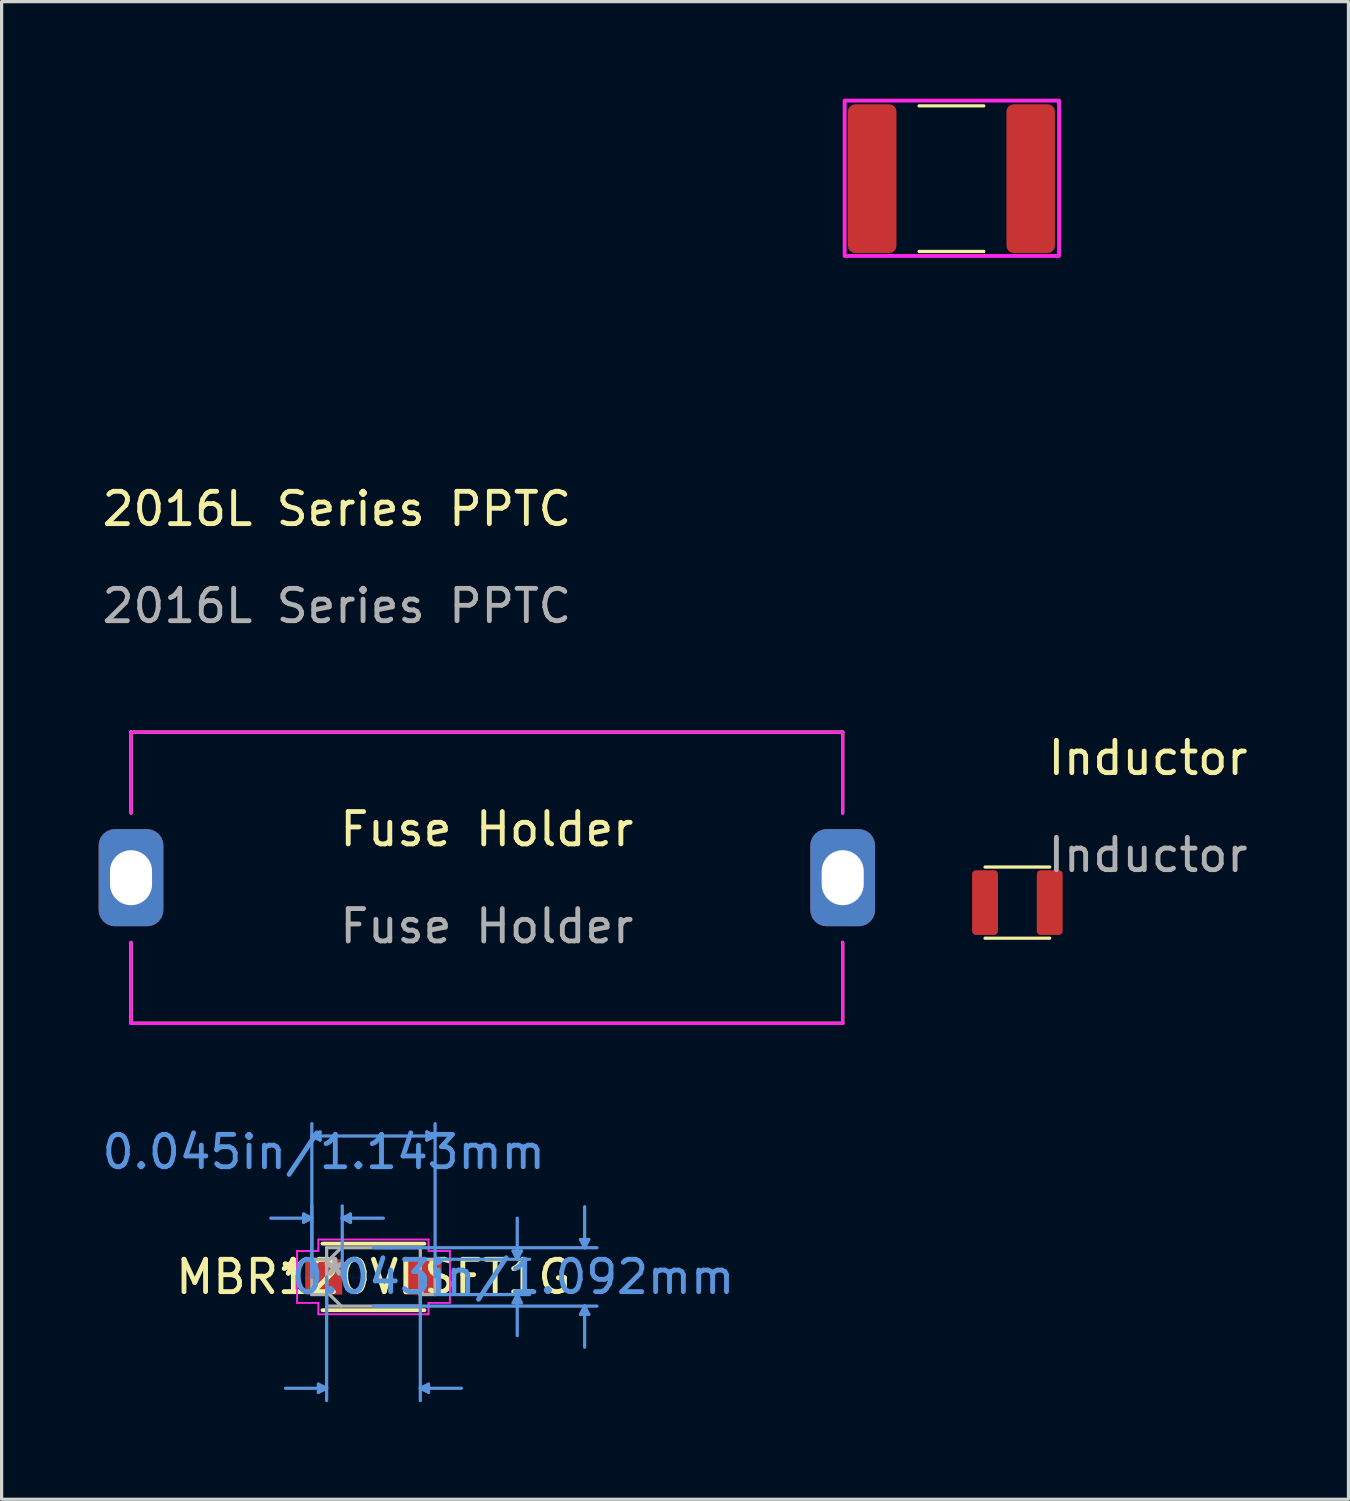
<source format=kicad_pcb>
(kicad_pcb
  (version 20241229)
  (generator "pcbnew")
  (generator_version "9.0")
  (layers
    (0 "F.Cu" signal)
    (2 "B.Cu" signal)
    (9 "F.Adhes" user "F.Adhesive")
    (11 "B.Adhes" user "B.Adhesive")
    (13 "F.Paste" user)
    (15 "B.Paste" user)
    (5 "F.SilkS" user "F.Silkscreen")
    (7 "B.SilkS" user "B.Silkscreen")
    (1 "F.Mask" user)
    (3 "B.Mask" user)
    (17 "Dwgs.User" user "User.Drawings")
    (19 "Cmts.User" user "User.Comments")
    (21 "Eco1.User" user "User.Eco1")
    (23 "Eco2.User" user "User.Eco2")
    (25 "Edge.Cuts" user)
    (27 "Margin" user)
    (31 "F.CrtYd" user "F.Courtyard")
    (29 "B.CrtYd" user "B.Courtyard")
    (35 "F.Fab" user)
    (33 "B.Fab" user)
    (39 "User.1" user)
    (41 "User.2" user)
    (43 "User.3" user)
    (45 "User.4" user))
  (footprint "MBR120VLSFT1G"
    (layer "F.Cu")
    (at 8.495 36.423)
    (property "Reference" "MBR120VLSFT1G" (at 0 0 0) (layer "F.SilkS") (effects (font (size 1 1) (thickness 0.15))))
    (attr through_hole)
    (fp_line (start -1.575 1.029) (end 1.575 1.029) (stroke (width 0.12) (type solid)) (layer "F.SilkS"))
    (fp_line (start 1.575 -1.029) (end -1.575 -1.029) (stroke (width 0.12) (type solid)) (layer "F.SilkS"))
    (fp_line (start -2.159 -1.943) (end -2.159 -1.689) (stroke (width 0.1) (type solid)) (layer "Cmts.User"))
    (fp_line (start -1.905 -4.356) (end -1.651 -4.483) (stroke (width 0.1) (type solid)) (layer "Cmts.User"))
    (fp_line (start -1.905 -4.356) (end -1.651 -4.229) (stroke (width 0.1) (type solid)) (layer "Cmts.User"))
    (fp_line (start -1.905 -4.356) (end 1.905 -4.356) (stroke (width 0.1) (type solid)) (layer "Cmts.User"))
    (fp_line (start -1.905 -1.816) (end -3.175 -1.816) (stroke (width 0.1) (type solid)) (layer "Cmts.User"))
    (fp_line (start -1.905 -1.816) (end -2.159 -1.943) (stroke (width 0.1) (type solid)) (layer "Cmts.User"))
    (fp_line (start -1.905 -1.816) (end -2.159 -1.689) (stroke (width 0.1) (type solid)) (layer "Cmts.User"))
    (fp_line (start -1.905 0) (end -1.905 -4.737) (stroke (width 0.1) (type solid)) (layer "Cmts.User"))
    (fp_line (start -1.905 0) (end -1.905 -2.197) (stroke (width 0.1) (type solid)) (layer "Cmts.User"))
    (fp_line (start -1.702 3.315) (end -1.702 3.569) (stroke (width 0.1) (type solid)) (layer "Cmts.User"))
    (fp_line (start -1.651 -4.483) (end -1.651 -4.229) (stroke (width 0.1) (type solid)) (layer "Cmts.User"))
    (fp_line (start -1.448 0) (end -1.448 3.823) (stroke (width 0.1) (type solid)) (layer "Cmts.User"))
    (fp_line (start -1.448 3.442) (end -2.718 3.442) (stroke (width 0.1) (type solid)) (layer "Cmts.User"))
    (fp_line (start -1.448 3.442) (end -1.702 3.315) (stroke (width 0.1) (type solid)) (layer "Cmts.User"))
    (fp_line (start -1.448 3.442) (end -1.702 3.569) (stroke (width 0.1) (type solid)) (layer "Cmts.User"))
    (fp_line (start -0.965 -1.816) (end -0.711 -1.943) (stroke (width 0.1) (type solid)) (layer "Cmts.User"))
    (fp_line (start -0.965 -1.816) (end -0.711 -1.689) (stroke (width 0.1) (type solid)) (layer "Cmts.User"))
    (fp_line (start -0.965 -1.816) (end 0.305 -1.816) (stroke (width 0.1) (type solid)) (layer "Cmts.User"))
    (fp_line (start -0.965 0) (end -0.965 -2.197) (stroke (width 0.1) (type solid)) (layer "Cmts.User"))
    (fp_line (start -0.711 -1.943) (end -0.711 -1.689) (stroke (width 0.1) (type solid)) (layer "Cmts.User"))
    (fp_line (start 0 -0.902) (end 6.909 -0.902) (stroke (width 0.1) (type solid)) (layer "Cmts.User"))
    (fp_line (start 0 0.902) (end 6.909 0.902) (stroke (width 0.1) (type solid)) (layer "Cmts.User"))
    (fp_line (start 1.448 0) (end 1.448 3.823) (stroke (width 0.1) (type solid)) (layer "Cmts.User"))
    (fp_line (start 1.448 3.442) (end 1.702 3.315) (stroke (width 0.1) (type solid)) (layer "Cmts.User"))
    (fp_line (start 1.448 3.442) (end 1.702 3.569) (stroke (width 0.1) (type solid)) (layer "Cmts.User"))
    (fp_line (start 1.448 3.442) (end 2.718 3.442) (stroke (width 0.1) (type solid)) (layer "Cmts.User"))
    (fp_line (start 1.651 -4.483) (end 1.651 -4.229) (stroke (width 0.1) (type solid)) (layer "Cmts.User"))
    (fp_line (start 1.702 3.315) (end 1.702 3.569) (stroke (width 0.1) (type solid)) (layer "Cmts.User"))
    (fp_line (start 1.905 -4.356) (end 1.651 -4.483) (stroke (width 0.1) (type solid)) (layer "Cmts.User"))
    (fp_line (start 1.905 -4.356) (end 1.651 -4.229) (stroke (width 0.1) (type solid)) (layer "Cmts.User"))
    (fp_line (start 1.905 -0.546) (end 4.826 -0.546) (stroke (width 0.1) (type solid)) (layer "Cmts.User"))
    (fp_line (start 1.905 0) (end 1.905 -4.737) (stroke (width 0.1) (type solid)) (layer "Cmts.User"))
    (fp_line (start 1.905 0.546) (end 4.826 0.546) (stroke (width 0.1) (type solid)) (layer "Cmts.User"))
    (fp_line (start 4.318 -0.8) (end 4.572 -0.8) (stroke (width 0.1) (type solid)) (layer "Cmts.User"))
    (fp_line (start 4.318 0.8) (end 4.572 0.8) (stroke (width 0.1) (type solid)) (layer "Cmts.User"))
    (fp_line (start 4.445 -0.546) (end 4.318 -0.8) (stroke (width 0.1) (type solid)) (layer "Cmts.User"))
    (fp_line (start 4.445 -0.546) (end 4.445 -1.816) (stroke (width 0.1) (type solid)) (layer "Cmts.User"))
    (fp_line (start 4.445 -0.546) (end 4.572 -0.8) (stroke (width 0.1) (type solid)) (layer "Cmts.User"))
    (fp_line (start 4.445 0.546) (end 4.318 0.8) (stroke (width 0.1) (type solid)) (layer "Cmts.User"))
    (fp_line (start 4.445 0.546) (end 4.445 1.816) (stroke (width 0.1) (type solid)) (layer "Cmts.User"))
    (fp_line (start 4.445 0.546) (end 4.572 0.8) (stroke (width 0.1) (type solid)) (layer "Cmts.User"))
    (fp_line (start 6.401 -1.156) (end 6.655 -1.156) (stroke (width 0.1) (type solid)) (layer "Cmts.User"))
    (fp_line (start 6.401 1.156) (end 6.655 1.156) (stroke (width 0.1) (type solid)) (layer "Cmts.User"))
    (fp_line (start 6.528 -0.902) (end 6.401 -1.156) (stroke (width 0.1) (type solid)) (layer "Cmts.User"))
    (fp_line (start 6.528 -0.902) (end 6.528 -2.172) (stroke (width 0.1) (type solid)) (layer "Cmts.User"))
    (fp_line (start 6.528 -0.902) (end 6.655 -1.156) (stroke (width 0.1) (type solid)) (layer "Cmts.User"))
    (fp_line (start 6.528 0.902) (end 6.401 1.156) (stroke (width 0.1) (type solid)) (layer "Cmts.User"))
    (fp_line (start 6.528 0.902) (end 6.528 2.172) (stroke (width 0.1) (type solid)) (layer "Cmts.User"))
    (fp_line (start 6.528 0.902) (end 6.655 1.156) (stroke (width 0.1) (type solid)) (layer "Cmts.User"))
    (fp_line (start -2.362 -0.8) (end -1.702 -0.8) (stroke (width 0.05) (type solid)) (layer "F.CrtYd"))
    (fp_line (start -2.362 -0.8) (end -1.702 -0.8) (stroke (width 0.05) (type solid)) (layer "F.CrtYd"))
    (fp_line (start -2.362 0.8) (end -2.362 -0.8) (stroke (width 0.05) (type solid)) (layer "F.CrtYd"))
    (fp_line (start -2.362 0.8) (end -2.362 -0.8) (stroke (width 0.05) (type solid)) (layer "F.CrtYd"))
    (fp_line (start -1.702 -1.156) (end 1.702 -1.156) (stroke (width 0.05) (type solid)) (layer "F.CrtYd"))
    (fp_line (start -1.702 -1.156) (end 1.702 -1.156) (stroke (width 0.05) (type solid)) (layer "F.CrtYd"))
    (fp_line (start -1.702 -0.8) (end -1.702 -1.156) (stroke (width 0.05) (type solid)) (layer "F.CrtYd"))
    (fp_line (start -1.702 -0.8) (end -1.702 -1.156) (stroke (width 0.05) (type solid)) (layer "F.CrtYd"))
    (fp_line (start -1.702 0.8) (end -2.362 0.8) (stroke (width 0.05) (type solid)) (layer "F.CrtYd"))
    (fp_line (start -1.702 0.8) (end -2.362 0.8) (stroke (width 0.05) (type solid)) (layer "F.CrtYd"))
    (fp_line (start -1.702 1.156) (end -1.702 0.8) (stroke (width 0.05) (type solid)) (layer "F.CrtYd"))
    (fp_line (start -1.702 1.156) (end -1.702 0.8) (stroke (width 0.05) (type solid)) (layer "F.CrtYd"))
    (fp_line (start 1.702 -1.156) (end 1.702 -0.8) (stroke (width 0.05) (type solid)) (layer "F.CrtYd"))
    (fp_line (start 1.702 -1.156) (end 1.702 -0.8) (stroke (width 0.05) (type solid)) (layer "F.CrtYd"))
    (fp_line (start 1.702 -0.8) (end 2.362 -0.8) (stroke (width 0.05) (type solid)) (layer "F.CrtYd"))
    (fp_line (start 1.702 -0.8) (end 2.362 -0.8) (stroke (width 0.05) (type solid)) (layer "F.CrtYd"))
    (fp_line (start 1.702 0.8) (end 1.702 1.156) (stroke (width 0.05) (type solid)) (layer "F.CrtYd"))
    (fp_line (start 1.702 0.8) (end 1.702 1.156) (stroke (width 0.05) (type solid)) (layer "F.CrtYd"))
    (fp_line (start 1.702 1.156) (end -1.702 1.156) (stroke (width 0.05) (type solid)) (layer "F.CrtYd"))
    (fp_line (start 1.702 1.156) (end -1.702 1.156) (stroke (width 0.05) (type solid)) (layer "F.CrtYd"))
    (fp_line (start 2.362 -0.8) (end 2.362 0.8) (stroke (width 0.05) (type solid)) (layer "F.CrtYd"))
    (fp_line (start 2.362 -0.8) (end 2.362 0.8) (stroke (width 0.05) (type solid)) (layer "F.CrtYd"))
    (fp_line (start 2.362 0.8) (end 1.702 0.8) (stroke (width 0.05) (type solid)) (layer "F.CrtYd"))
    (fp_line (start 2.362 0.8) (end 1.702 0.8) (stroke (width 0.05) (type solid)) (layer "F.CrtYd"))
    (fp_line (start -1.905 -0.546) (end -1.905 0.546) (stroke (width 0.1) (type solid)) (layer "F.Fab"))
    (fp_line (start -1.905 0.546) (end -1.448 0.546) (stroke (width 0.1) (type solid)) (layer "F.Fab"))
    (fp_line (start -1.448 -0.902) (end -1.448 0.902) (stroke (width 0.1) (type solid)) (layer "F.Fab"))
    (fp_line (start -1.448 -0.546) (end -1.905 -0.546) (stroke (width 0.1) (type solid)) (layer "F.Fab"))
    (fp_line (start -1.448 -0.451) (end -0.997 -0.902) (stroke (width 0.1) (type solid)) (layer "F.Fab"))
    (fp_line (start -1.448 0.451) (end -0.997 0.902) (stroke (width 0.1) (type solid)) (layer "F.Fab"))
    (fp_line (start -1.448 0.546) (end -1.448 -0.546) (stroke (width 0.1) (type solid)) (layer "F.Fab"))
    (fp_line (start -1.448 0.902) (end 1.448 0.902) (stroke (width 0.1) (type solid)) (layer "F.Fab"))
    (fp_line (start 1.448 -0.902) (end -1.448 -0.902) (stroke (width 0.1) (type solid)) (layer "F.Fab"))
    (fp_line (start 1.448 -0.546) (end 1.448 0.546) (stroke (width 0.1) (type solid)) (layer "F.Fab"))
    (fp_line (start 1.448 0.546) (end 1.905 0.546) (stroke (width 0.1) (type solid)) (layer "F.Fab"))
    (fp_line (start 1.448 0.902) (end 1.448 -0.902) (stroke (width 0.1) (type solid)) (layer "F.Fab"))
    (fp_line (start 1.905 -0.546) (end 1.448 -0.546) (stroke (width 0.1) (type solid)) (layer "F.Fab"))
    (fp_line (start 1.905 0.546) (end 1.905 -0.546) (stroke (width 0.1) (type solid)) (layer "F.Fab"))
    (fp_text user "*" (at -2.489 0 0) (layer "F.SilkS") (effects (font (size 1 1) (thickness 0.15))))
    (fp_text user "*" (at -2.489 0 0) (layer "F.SilkS") (effects (font (size 1 1) (thickness 0.15))))
    (fp_text user "0.043in/1.092mm" (at 4.318 0 0) (layer "Cmts.User") (effects (font (size 1 1) (thickness 0.15))))
    (fp_text user "0.045in/1.143mm" (at -1.537 -3.861 0) (layer "Cmts.User") (effects (font (size 1 1) (thickness 0.15))))
    (fp_text user "Copyright 2021 Accelerated Designs. All rights reserved." (at 0 0 0) (layer "Cmts.User") (effects (font (size 0.127 0.127) (thickness 0.002))))
    (fp_text user "*" (at -1.194 0 0) (layer "F.Fab") (effects (font (size 1 1) (thickness 0.15))))
    (fp_text user "*" (at -1.194 0 0) (layer "F.Fab") (effects (font (size 1 1) (thickness 0.15))))
    (pad "1" smd rect (at -1.537 0) (size 1.143 1.092) (layers "F.Cu" "F.Mask" "F.Paste"))
    (pad "2" smd rect (at 1.537 0) (size 1.143 1.092) (layers "F.Cu" "F.Mask" "F.Paste")))
  (footprint "Inductor"
    (layer "F.Cu")
    (at 28.4 24.852)
    (property "Reference" "Inductor" (at 4.039 -4.473 0) (unlocked yes) (layer "F.SilkS") (effects (font (size 1 1) (thickness 0.15))))
    (attr smd)
    (fp_line (start -1 -1.1) (end 1 -1.1) (stroke (width 0.1) (type solid)) (layer "F.SilkS"))
    (fp_line (start 1 1.1) (end -1 1.1) (stroke (width 0.1) (type solid)) (layer "F.SilkS"))
    (fp_text user "${REFERENCE}" (at 4.039 -1.473 0) (unlocked yes) (layer "F.Fab") (effects (font (size 1 1) (thickness 0.15))))
    (pad "1" smd roundrect (at -1 0) (size 0.8 2) (layers "F.Cu" "F.Mask" "F.Paste") (roundrect_rratio 0.15))
    (pad "2" smd roundrect (at 1 0) (size 0.8 2) (layers "F.Cu" "F.Mask" "F.Paste") (roundrect_rratio 0.15)))
  (footprint "2016L Series PPTC"
    (layer "F.Cu")
    (at 26.362 2.473)
    (property "Reference" "2016L Series PPTC" (at -18.999 10.209 0) (unlocked yes) (layer "F.SilkS") (effects (font (size 1 1) (thickness 0.15))))
    (attr smd)
    (fp_line (start 1 -2.25) (end -1 -2.25) (stroke (width 0.1) (type solid)) (layer "F.SilkS"))
    (fp_line (start 1 2.25) (end -1 2.25) (stroke (width 0.1) (type solid)) (layer "F.SilkS"))
    (fp_rect (start -3.302 -2.413) (end 3.327 2.388) (stroke (width 0.12) (type solid)) (fill no) (layer "F.CrtYd"))
    (fp_text user "${REFERENCE}" (at -18.999 13.209 0) (unlocked yes) (layer "F.Fab") (effects (font (size 1 1) (thickness 0.15))))
    (pad "1" smd roundrect (at -2.45 0) (size 1.5 4.6) (layers "F.Cu" "F.Mask" "F.Paste") (roundrect_rratio 0.15))
    (pad "2" smd roundrect (at 2.45 0) (size 1.5 4.6) (layers "F.Cu" "F.Mask" "F.Paste") (roundrect_rratio 0.15)))
  (footprint "Fuse Holder"
    (layer "F.Cu")
    (at 12 24.082)
    (property "Reference" "Fuse Holder" (at 0 -1.5 0) (unlocked yes) (layer "F.SilkS") (effects (font (size 1 1) (thickness 0.15))))
    (attr smd)
    (fp_line (start -11 -4.5) (end 11 -4.5) (stroke (width 0.1) (type solid)) (layer "F.SilkS"))
    (fp_line (start -11 -2) (end -11 -4.5) (stroke (width 0.1) (type solid)) (layer "F.SilkS"))
    (fp_line (start -11 4.5) (end -11 2) (stroke (width 0.1) (type solid)) (layer "F.SilkS"))
    (fp_line (start 10.998 -2.001) (end 10.998 -4.501) (stroke (width 0.1) (type solid)) (layer "F.SilkS"))
    (fp_line (start 10.998 4.499) (end 10.998 1.999) (stroke (width 0.1) (type solid)) (layer "F.SilkS"))
    (fp_line (start 11 4.5) (end -11 4.5) (stroke (width 0.1) (type solid)) (layer "F.SilkS"))
    (fp_line (start -10.998 -4.496) (end 11.002 -4.496) (stroke (width 0.1) (type solid)) (layer "F.CrtYd"))
    (fp_line (start -10.998 -1.996) (end -10.998 -4.496) (stroke (width 0.1) (type solid)) (layer "F.CrtYd"))
    (fp_line (start -10.998 4.504) (end -10.998 2.004) (stroke (width 0.1) (type solid)) (layer "F.CrtYd"))
    (fp_line (start 11 -1.997) (end 11 -4.497) (stroke (width 0.1) (type solid)) (layer "F.CrtYd"))
    (fp_line (start 11 4.503) (end 11 2.003) (stroke (width 0.1) (type solid)) (layer "F.CrtYd"))
    (fp_line (start 11.002 4.504) (end -10.998 4.504) (stroke (width 0.1) (type solid)) (layer "F.CrtYd"))
    (fp_text user "${REFERENCE}" (at 0 1.5 0) (unlocked yes) (layer "F.Fab") (effects (font (size 1 1) (thickness 0.15))))
    (pad "1" thru_hole roundrect (at -11 0) (size 2 3) (drill oval 1.3 1.7) (layers "*.Cu" "*.Mask") (roundrect_rratio 0.25))
    (pad "2" thru_hole roundrect (at 11 0) (size 2 3) (drill oval 1.3 1.7) (layers "*.Cu" "*.Mask") (roundrect_rratio 0.25)))
  (gr_rect
    (start -3 -3)
    (end 38.635 43.296)
    (stroke (width 0.1) (type default))
    (fill no)
    (layer "Edge.Cuts")))
</source>
